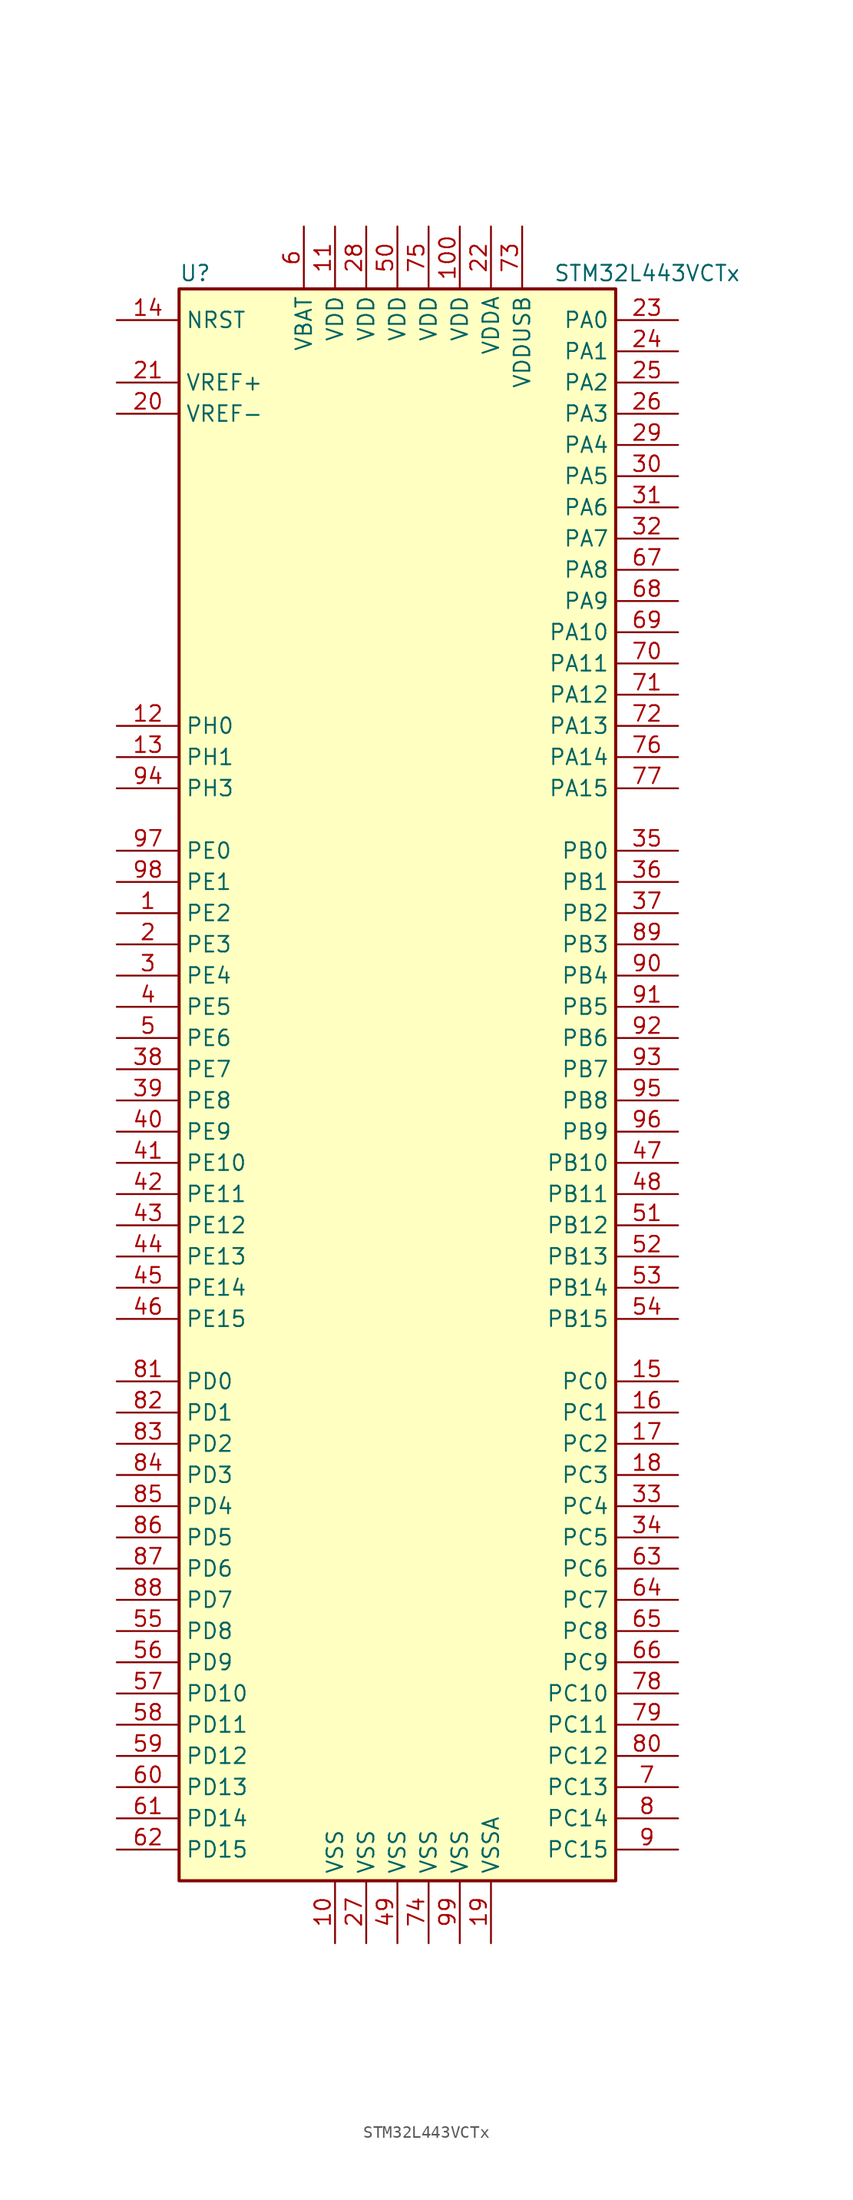
<source format=kicad_sym>
(kicad_symbol_lib
  (version 20201005)
  (generator kicad_symbol_editor)
  (symbol "MCU_ST_STM32L4:STM32L443VCTx"
    (property "Reference" "U"
      (at -17.78 64.77 0)
      (effects (font (size 1.27 1.27)) (justify left)))
    (property "Value" "STM32L443VCTx"
      (at 12.7 64.77 0)
      (effects (font (size 1.27 1.27)) (justify left)))
    (symbol "STM32L443VCTx_0_1"
      (rectangle (start -17.78 -66.04) (end 17.78 63.5) (stroke (width 0.254)) (fill (type background))))
    (symbol "STM32L443VCTx_1_1"
      (pin bidirectional line (at -22.86 12.7 0) (length 5.08) (name "PE2" (effects (font (size 1.27 1.27)))) (number "1" (effects (font (size 1.27 1.27)))))
      (pin power_in line (at -5.08 -71.12 90) (length 5.08) (name "VSS" (effects (font (size 1.27 1.27)))) (number "10" (effects (font (size 1.27 1.27)))))
      (pin power_in line (at 5.08 68.58 270) (length 5.08) (name "VDD" (effects (font (size 1.27 1.27)))) (number "100" (effects (font (size 1.27 1.27)))))
      (pin power_in line (at -5.08 68.58 270) (length 5.08) (name "VDD" (effects (font (size 1.27 1.27)))) (number "11" (effects (font (size 1.27 1.27)))))
      (pin input line (at -22.86 27.94 0) (length 5.08) (name "PH0" (effects (font (size 1.27 1.27)))) (number "12" (effects (font (size 1.27 1.27)))))
      (pin input line (at -22.86 25.4 0) (length 5.08) (name "PH1" (effects (font (size 1.27 1.27)))) (number "13" (effects (font (size 1.27 1.27)))))
      (pin input line (at -22.86 60.96 0) (length 5.08) (name "NRST" (effects (font (size 1.27 1.27)))) (number "14" (effects (font (size 1.27 1.27)))))
      (pin bidirectional line (at 22.86 -25.4 180) (length 5.08) (name "PC0" (effects (font (size 1.27 1.27)))) (number "15" (effects (font (size 1.27 1.27)))))
      (pin bidirectional line (at 22.86 -27.94 180) (length 5.08) (name "PC1" (effects (font (size 1.27 1.27)))) (number "16" (effects (font (size 1.27 1.27)))))
      (pin bidirectional line (at 22.86 -30.48 180) (length 5.08) (name "PC2" (effects (font (size 1.27 1.27)))) (number "17" (effects (font (size 1.27 1.27)))))
      (pin bidirectional line (at 22.86 -33.02 180) (length 5.08) (name "PC3" (effects (font (size 1.27 1.27)))) (number "18" (effects (font (size 1.27 1.27)))))
      (pin power_in line (at 7.62 -71.12 90) (length 5.08) (name "VSSA" (effects (font (size 1.27 1.27)))) (number "19" (effects (font (size 1.27 1.27)))))
      (pin bidirectional line (at -22.86 10.16 0) (length 5.08) (name "PE3" (effects (font (size 1.27 1.27)))) (number "2" (effects (font (size 1.27 1.27)))))
      (pin power_in line (at -22.86 53.34 0) (length 5.08) (name "VREF-" (effects (font (size 1.27 1.27)))) (number "20" (effects (font (size 1.27 1.27)))))
      (pin bidirectional line (at -22.86 55.88 0) (length 5.08) (name "VREF+" (effects (font (size 1.27 1.27)))) (number "21" (effects (font (size 1.27 1.27)))))
      (pin power_in line (at 7.62 68.58 270) (length 5.08) (name "VDDA" (effects (font (size 1.27 1.27)))) (number "22" (effects (font (size 1.27 1.27)))))
      (pin bidirectional line (at 22.86 60.96 180) (length 5.08) (name "PA0" (effects (font (size 1.27 1.27)))) (number "23" (effects (font (size 1.27 1.27)))))
      (pin bidirectional line (at 22.86 58.42 180) (length 5.08) (name "PA1" (effects (font (size 1.27 1.27)))) (number "24" (effects (font (size 1.27 1.27)))))
      (pin bidirectional line (at 22.86 55.88 180) (length 5.08) (name "PA2" (effects (font (size 1.27 1.27)))) (number "25" (effects (font (size 1.27 1.27)))))
      (pin bidirectional line (at 22.86 53.34 180) (length 5.08) (name "PA3" (effects (font (size 1.27 1.27)))) (number "26" (effects (font (size 1.27 1.27)))))
      (pin power_in line (at -2.54 -71.12 90) (length 5.08) (name "VSS" (effects (font (size 1.27 1.27)))) (number "27" (effects (font (size 1.27 1.27)))))
      (pin power_in line (at -2.54 68.58 270) (length 5.08) (name "VDD" (effects (font (size 1.27 1.27)))) (number "28" (effects (font (size 1.27 1.27)))))
      (pin bidirectional line (at 22.86 50.8 180) (length 5.08) (name "PA4" (effects (font (size 1.27 1.27)))) (number "29" (effects (font (size 1.27 1.27)))))
      (pin bidirectional line (at -22.86 7.62 0) (length 5.08) (name "PE4" (effects (font (size 1.27 1.27)))) (number "3" (effects (font (size 1.27 1.27)))))
      (pin bidirectional line (at 22.86 48.26 180) (length 5.08) (name "PA5" (effects (font (size 1.27 1.27)))) (number "30" (effects (font (size 1.27 1.27)))))
      (pin bidirectional line (at 22.86 45.72 180) (length 5.08) (name "PA6" (effects (font (size 1.27 1.27)))) (number "31" (effects (font (size 1.27 1.27)))))
      (pin bidirectional line (at 22.86 43.18 180) (length 5.08) (name "PA7" (effects (font (size 1.27 1.27)))) (number "32" (effects (font (size 1.27 1.27)))))
      (pin bidirectional line (at 22.86 -35.56 180) (length 5.08) (name "PC4" (effects (font (size 1.27 1.27)))) (number "33" (effects (font (size 1.27 1.27)))))
      (pin bidirectional line (at 22.86 -38.1 180) (length 5.08) (name "PC5" (effects (font (size 1.27 1.27)))) (number "34" (effects (font (size 1.27 1.27)))))
      (pin bidirectional line (at 22.86 17.78 180) (length 5.08) (name "PB0" (effects (font (size 1.27 1.27)))) (number "35" (effects (font (size 1.27 1.27)))))
      (pin bidirectional line (at 22.86 15.24 180) (length 5.08) (name "PB1" (effects (font (size 1.27 1.27)))) (number "36" (effects (font (size 1.27 1.27)))))
      (pin bidirectional line (at 22.86 12.7 180) (length 5.08) (name "PB2" (effects (font (size 1.27 1.27)))) (number "37" (effects (font (size 1.27 1.27)))))
      (pin bidirectional line (at -22.86 0 0) (length 5.08) (name "PE7" (effects (font (size 1.27 1.27)))) (number "38" (effects (font (size 1.27 1.27)))))
      (pin bidirectional line (at -22.86 -2.54 0) (length 5.08) (name "PE8" (effects (font (size 1.27 1.27)))) (number "39" (effects (font (size 1.27 1.27)))))
      (pin bidirectional line (at -22.86 5.08 0) (length 5.08) (name "PE5" (effects (font (size 1.27 1.27)))) (number "4" (effects (font (size 1.27 1.27)))))
      (pin bidirectional line (at -22.86 -5.08 0) (length 5.08) (name "PE9" (effects (font (size 1.27 1.27)))) (number "40" (effects (font (size 1.27 1.27)))))
      (pin bidirectional line (at -22.86 -7.62 0) (length 5.08) (name "PE10" (effects (font (size 1.27 1.27)))) (number "41" (effects (font (size 1.27 1.27)))))
      (pin bidirectional line (at -22.86 -10.16 0) (length 5.08) (name "PE11" (effects (font (size 1.27 1.27)))) (number "42" (effects (font (size 1.27 1.27)))))
      (pin bidirectional line (at -22.86 -12.7 0) (length 5.08) (name "PE12" (effects (font (size 1.27 1.27)))) (number "43" (effects (font (size 1.27 1.27)))))
      (pin bidirectional line (at -22.86 -15.24 0) (length 5.08) (name "PE13" (effects (font (size 1.27 1.27)))) (number "44" (effects (font (size 1.27 1.27)))))
      (pin bidirectional line (at -22.86 -17.78 0) (length 5.08) (name "PE14" (effects (font (size 1.27 1.27)))) (number "45" (effects (font (size 1.27 1.27)))))
      (pin bidirectional line (at -22.86 -20.32 0) (length 5.08) (name "PE15" (effects (font (size 1.27 1.27)))) (number "46" (effects (font (size 1.27 1.27)))))
      (pin bidirectional line (at 22.86 -7.62 180) (length 5.08) (name "PB10" (effects (font (size 1.27 1.27)))) (number "47" (effects (font (size 1.27 1.27)))))
      (pin bidirectional line (at 22.86 -10.16 180) (length 5.08) (name "PB11" (effects (font (size 1.27 1.27)))) (number "48" (effects (font (size 1.27 1.27)))))
      (pin power_in line (at 0 -71.12 90) (length 5.08) (name "VSS" (effects (font (size 1.27 1.27)))) (number "49" (effects (font (size 1.27 1.27)))))
      (pin bidirectional line (at -22.86 2.54 0) (length 5.08) (name "PE6" (effects (font (size 1.27 1.27)))) (number "5" (effects (font (size 1.27 1.27)))))
      (pin power_in line (at 0 68.58 270) (length 5.08) (name "VDD" (effects (font (size 1.27 1.27)))) (number "50" (effects (font (size 1.27 1.27)))))
      (pin bidirectional line (at 22.86 -12.7 180) (length 5.08) (name "PB12" (effects (font (size 1.27 1.27)))) (number "51" (effects (font (size 1.27 1.27)))))
      (pin bidirectional line (at 22.86 -15.24 180) (length 5.08) (name "PB13" (effects (font (size 1.27 1.27)))) (number "52" (effects (font (size 1.27 1.27)))))
      (pin bidirectional line (at 22.86 -17.78 180) (length 5.08) (name "PB14" (effects (font (size 1.27 1.27)))) (number "53" (effects (font (size 1.27 1.27)))))
      (pin bidirectional line (at 22.86 -20.32 180) (length 5.08) (name "PB15" (effects (font (size 1.27 1.27)))) (number "54" (effects (font (size 1.27 1.27)))))
      (pin bidirectional line (at -22.86 -45.72 0) (length 5.08) (name "PD8" (effects (font (size 1.27 1.27)))) (number "55" (effects (font (size 1.27 1.27)))))
      (pin bidirectional line (at -22.86 -48.26 0) (length 5.08) (name "PD9" (effects (font (size 1.27 1.27)))) (number "56" (effects (font (size 1.27 1.27)))))
      (pin bidirectional line (at -22.86 -50.8 0) (length 5.08) (name "PD10" (effects (font (size 1.27 1.27)))) (number "57" (effects (font (size 1.27 1.27)))))
      (pin bidirectional line (at -22.86 -53.34 0) (length 5.08) (name "PD11" (effects (font (size 1.27 1.27)))) (number "58" (effects (font (size 1.27 1.27)))))
      (pin bidirectional line (at -22.86 -55.88 0) (length 5.08) (name "PD12" (effects (font (size 1.27 1.27)))) (number "59" (effects (font (size 1.27 1.27)))))
      (pin power_in line (at -7.62 68.58 270) (length 5.08) (name "VBAT" (effects (font (size 1.27 1.27)))) (number "6" (effects (font (size 1.27 1.27)))))
      (pin bidirectional line (at -22.86 -58.42 0) (length 5.08) (name "PD13" (effects (font (size 1.27 1.27)))) (number "60" (effects (font (size 1.27 1.27)))))
      (pin bidirectional line (at -22.86 -60.96 0) (length 5.08) (name "PD14" (effects (font (size 1.27 1.27)))) (number "61" (effects (font (size 1.27 1.27)))))
      (pin bidirectional line (at -22.86 -63.5 0) (length 5.08) (name "PD15" (effects (font (size 1.27 1.27)))) (number "62" (effects (font (size 1.27 1.27)))))
      (pin bidirectional line (at 22.86 -40.64 180) (length 5.08) (name "PC6" (effects (font (size 1.27 1.27)))) (number "63" (effects (font (size 1.27 1.27)))))
      (pin bidirectional line (at 22.86 -43.18 180) (length 5.08) (name "PC7" (effects (font (size 1.27 1.27)))) (number "64" (effects (font (size 1.27 1.27)))))
      (pin bidirectional line (at 22.86 -45.72 180) (length 5.08) (name "PC8" (effects (font (size 1.27 1.27)))) (number "65" (effects (font (size 1.27 1.27)))))
      (pin bidirectional line (at 22.86 -48.26 180) (length 5.08) (name "PC9" (effects (font (size 1.27 1.27)))) (number "66" (effects (font (size 1.27 1.27)))))
      (pin bidirectional line (at 22.86 40.64 180) (length 5.08) (name "PA8" (effects (font (size 1.27 1.27)))) (number "67" (effects (font (size 1.27 1.27)))))
      (pin bidirectional line (at 22.86 38.1 180) (length 5.08) (name "PA9" (effects (font (size 1.27 1.27)))) (number "68" (effects (font (size 1.27 1.27)))))
      (pin bidirectional line (at 22.86 35.56 180) (length 5.08) (name "PA10" (effects (font (size 1.27 1.27)))) (number "69" (effects (font (size 1.27 1.27)))))
      (pin bidirectional line (at 22.86 -58.42 180) (length 5.08) (name "PC13" (effects (font (size 1.27 1.27)))) (number "7" (effects (font (size 1.27 1.27)))))
      (pin bidirectional line (at 22.86 33.02 180) (length 5.08) (name "PA11" (effects (font (size 1.27 1.27)))) (number "70" (effects (font (size 1.27 1.27)))))
      (pin bidirectional line (at 22.86 30.48 180) (length 5.08) (name "PA12" (effects (font (size 1.27 1.27)))) (number "71" (effects (font (size 1.27 1.27)))))
      (pin bidirectional line (at 22.86 27.94 180) (length 5.08) (name "PA13" (effects (font (size 1.27 1.27)))) (number "72" (effects (font (size 1.27 1.27)))))
      (pin power_in line (at 10.16 68.58 270) (length 5.08) (name "VDDUSB" (effects (font (size 1.27 1.27)))) (number "73" (effects (font (size 1.27 1.27)))))
      (pin power_in line (at 2.54 -71.12 90) (length 5.08) (name "VSS" (effects (font (size 1.27 1.27)))) (number "74" (effects (font (size 1.27 1.27)))))
      (pin power_in line (at 2.54 68.58 270) (length 5.08) (name "VDD" (effects (font (size 1.27 1.27)))) (number "75" (effects (font (size 1.27 1.27)))))
      (pin bidirectional line (at 22.86 25.4 180) (length 5.08) (name "PA14" (effects (font (size 1.27 1.27)))) (number "76" (effects (font (size 1.27 1.27)))))
      (pin bidirectional line (at 22.86 22.86 180) (length 5.08) (name "PA15" (effects (font (size 1.27 1.27)))) (number "77" (effects (font (size 1.27 1.27)))))
      (pin bidirectional line (at 22.86 -50.8 180) (length 5.08) (name "PC10" (effects (font (size 1.27 1.27)))) (number "78" (effects (font (size 1.27 1.27)))))
      (pin bidirectional line (at 22.86 -53.34 180) (length 5.08) (name "PC11" (effects (font (size 1.27 1.27)))) (number "79" (effects (font (size 1.27 1.27)))))
      (pin bidirectional line (at 22.86 -60.96 180) (length 5.08) (name "PC14" (effects (font (size 1.27 1.27)))) (number "8" (effects (font (size 1.27 1.27)))))
      (pin bidirectional line (at 22.86 -55.88 180) (length 5.08) (name "PC12" (effects (font (size 1.27 1.27)))) (number "80" (effects (font (size 1.27 1.27)))))
      (pin bidirectional line (at -22.86 -25.4 0) (length 5.08) (name "PD0" (effects (font (size 1.27 1.27)))) (number "81" (effects (font (size 1.27 1.27)))))
      (pin bidirectional line (at -22.86 -27.94 0) (length 5.08) (name "PD1" (effects (font (size 1.27 1.27)))) (number "82" (effects (font (size 1.27 1.27)))))
      (pin bidirectional line (at -22.86 -30.48 0) (length 5.08) (name "PD2" (effects (font (size 1.27 1.27)))) (number "83" (effects (font (size 1.27 1.27)))))
      (pin bidirectional line (at -22.86 -33.02 0) (length 5.08) (name "PD3" (effects (font (size 1.27 1.27)))) (number "84" (effects (font (size 1.27 1.27)))))
      (pin bidirectional line (at -22.86 -35.56 0) (length 5.08) (name "PD4" (effects (font (size 1.27 1.27)))) (number "85" (effects (font (size 1.27 1.27)))))
      (pin bidirectional line (at -22.86 -38.1 0) (length 5.08) (name "PD5" (effects (font (size 1.27 1.27)))) (number "86" (effects (font (size 1.27 1.27)))))
      (pin bidirectional line (at -22.86 -40.64 0) (length 5.08) (name "PD6" (effects (font (size 1.27 1.27)))) (number "87" (effects (font (size 1.27 1.27)))))
      (pin bidirectional line (at -22.86 -43.18 0) (length 5.08) (name "PD7" (effects (font (size 1.27 1.27)))) (number "88" (effects (font (size 1.27 1.27)))))
      (pin bidirectional line (at 22.86 10.16 180) (length 5.08) (name "PB3" (effects (font (size 1.27 1.27)))) (number "89" (effects (font (size 1.27 1.27)))))
      (pin bidirectional line (at 22.86 -63.5 180) (length 5.08) (name "PC15" (effects (font (size 1.27 1.27)))) (number "9" (effects (font (size 1.27 1.27)))))
      (pin bidirectional line (at 22.86 7.62 180) (length 5.08) (name "PB4" (effects (font (size 1.27 1.27)))) (number "90" (effects (font (size 1.27 1.27)))))
      (pin bidirectional line (at 22.86 5.08 180) (length 5.08) (name "PB5" (effects (font (size 1.27 1.27)))) (number "91" (effects (font (size 1.27 1.27)))))
      (pin bidirectional line (at 22.86 2.54 180) (length 5.08) (name "PB6" (effects (font (size 1.27 1.27)))) (number "92" (effects (font (size 1.27 1.27)))))
      (pin bidirectional line (at 22.86 0 180) (length 5.08) (name "PB7" (effects (font (size 1.27 1.27)))) (number "93" (effects (font (size 1.27 1.27)))))
      (pin bidirectional line (at -22.86 22.86 0) (length 5.08) (name "PH3" (effects (font (size 1.27 1.27)))) (number "94" (effects (font (size 1.27 1.27)))))
      (pin bidirectional line (at 22.86 -2.54 180) (length 5.08) (name "PB8" (effects (font (size 1.27 1.27)))) (number "95" (effects (font (size 1.27 1.27)))))
      (pin bidirectional line (at 22.86 -5.08 180) (length 5.08) (name "PB9" (effects (font (size 1.27 1.27)))) (number "96" (effects (font (size 1.27 1.27)))))
      (pin bidirectional line (at -22.86 17.78 0) (length 5.08) (name "PE0" (effects (font (size 1.27 1.27)))) (number "97" (effects (font (size 1.27 1.27)))))
      (pin bidirectional line (at -22.86 15.24 0) (length 5.08) (name "PE1" (effects (font (size 1.27 1.27)))) (number "98" (effects (font (size 1.27 1.27)))))
      (pin power_in line (at 5.08 -71.12 90) (length 5.08) (name "VSS" (effects (font (size 1.27 1.27)))) (number "99" (effects (font (size 1.27 1.27))))))))
</source>
